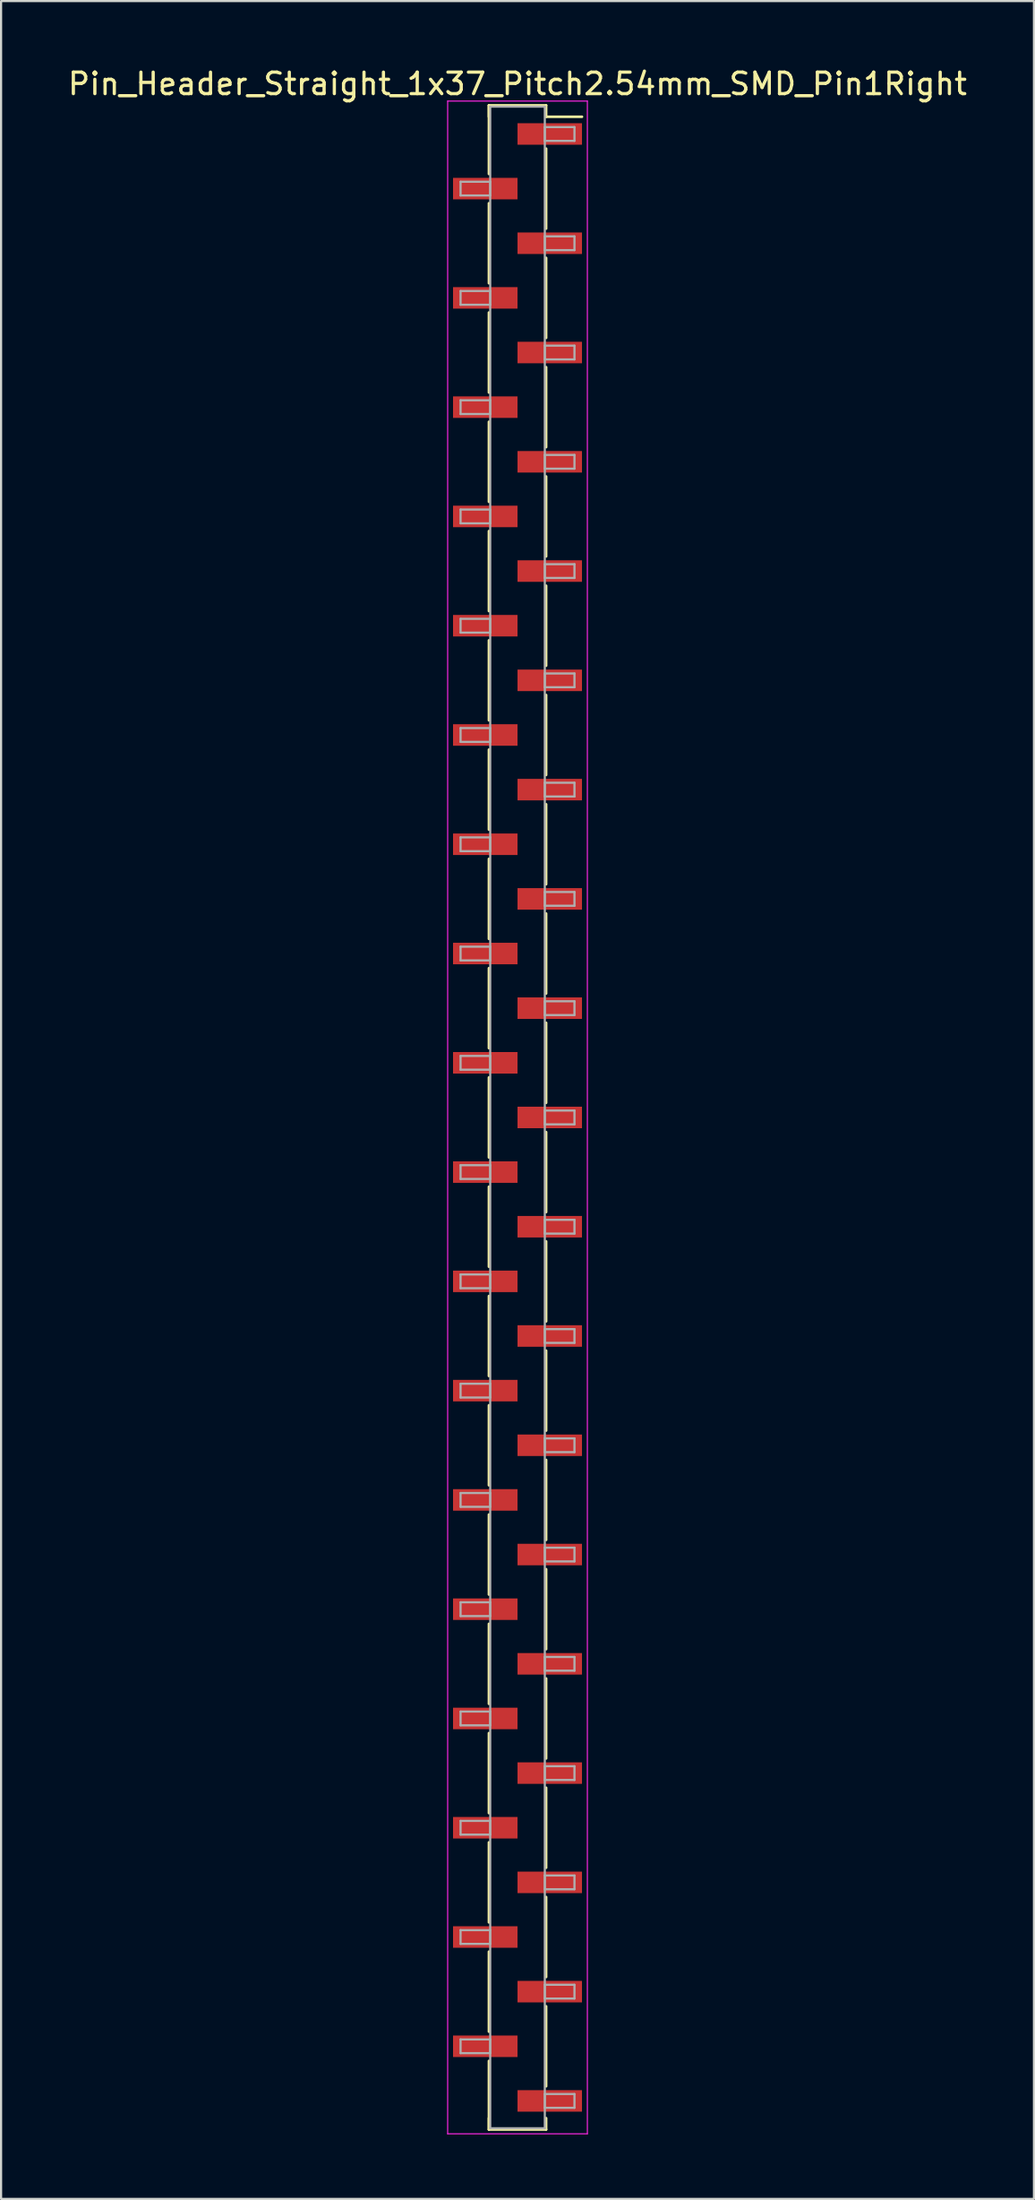
<source format=kicad_pcb>
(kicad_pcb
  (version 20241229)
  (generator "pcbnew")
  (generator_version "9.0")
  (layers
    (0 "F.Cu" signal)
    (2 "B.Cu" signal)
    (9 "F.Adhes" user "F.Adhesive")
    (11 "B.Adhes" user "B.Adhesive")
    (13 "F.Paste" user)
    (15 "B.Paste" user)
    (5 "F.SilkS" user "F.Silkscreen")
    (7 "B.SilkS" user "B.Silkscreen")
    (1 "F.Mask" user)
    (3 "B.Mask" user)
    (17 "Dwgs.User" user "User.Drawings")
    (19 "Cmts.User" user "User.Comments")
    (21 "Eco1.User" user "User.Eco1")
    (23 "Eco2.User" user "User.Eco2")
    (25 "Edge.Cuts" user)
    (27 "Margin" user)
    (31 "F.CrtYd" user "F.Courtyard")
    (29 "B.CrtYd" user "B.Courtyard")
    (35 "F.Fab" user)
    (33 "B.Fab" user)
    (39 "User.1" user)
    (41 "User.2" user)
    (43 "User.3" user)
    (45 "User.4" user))
  (footprint "Pin_Header_Straight_1x37_Pitch2.54mm_SMD_Pin1Right"
    (layer "F.Cu")
    (at 21.03 48.898)
    (property "Reference" "Pin_Header_Straight_1x37_Pitch2.54mm_SMD_Pin1Right" (at 0 -48.05 0) (layer "F.SilkS") (effects (font (size 1 1) (thickness 0.15))))
    (attr smd)
    (fp_line (start -1.33 -47.05) (end -1.33 -43.86) (stroke (width 0.12) (type solid)) (layer "F.SilkS"))
    (fp_line (start -1.33 -47.05) (end 1.33 -47.05) (stroke (width 0.12) (type solid)) (layer "F.SilkS"))
    (fp_line (start -1.33 -46.52) (end -1.33 -47.05) (stroke (width 0.12) (type solid)) (layer "F.SilkS"))
    (fp_line (start -1.33 -42.5) (end -1.33 -38.78) (stroke (width 0.12) (type solid)) (layer "F.SilkS"))
    (fp_line (start -1.33 -37.42) (end -1.33 -33.7) (stroke (width 0.12) (type solid)) (layer "F.SilkS"))
    (fp_line (start -1.33 -32.34) (end -1.33 -28.62) (stroke (width 0.12) (type solid)) (layer "F.SilkS"))
    (fp_line (start -1.33 -27.26) (end -1.33 -23.54) (stroke (width 0.12) (type solid)) (layer "F.SilkS"))
    (fp_line (start -1.33 -22.18) (end -1.33 -18.46) (stroke (width 0.12) (type solid)) (layer "F.SilkS"))
    (fp_line (start -1.33 -17.1) (end -1.33 -13.38) (stroke (width 0.12) (type solid)) (layer "F.SilkS"))
    (fp_line (start -1.33 -12.02) (end -1.33 -8.3) (stroke (width 0.12) (type solid)) (layer "F.SilkS"))
    (fp_line (start -1.33 -6.94) (end -1.33 -3.22) (stroke (width 0.12) (type solid)) (layer "F.SilkS"))
    (fp_line (start -1.33 -1.86) (end -1.33 1.86) (stroke (width 0.12) (type solid)) (layer "F.SilkS"))
    (fp_line (start -1.33 3.22) (end -1.33 6.94) (stroke (width 0.12) (type solid)) (layer "F.SilkS"))
    (fp_line (start -1.33 8.3) (end -1.33 12.02) (stroke (width 0.12) (type solid)) (layer "F.SilkS"))
    (fp_line (start -1.33 13.38) (end -1.33 17.1) (stroke (width 0.12) (type solid)) (layer "F.SilkS"))
    (fp_line (start -1.33 18.46) (end -1.33 22.18) (stroke (width 0.12) (type solid)) (layer "F.SilkS"))
    (fp_line (start -1.33 23.54) (end -1.33 27.26) (stroke (width 0.12) (type solid)) (layer "F.SilkS"))
    (fp_line (start -1.33 28.62) (end -1.33 32.34) (stroke (width 0.12) (type solid)) (layer "F.SilkS"))
    (fp_line (start -1.33 33.7) (end -1.33 37.42) (stroke (width 0.12) (type solid)) (layer "F.SilkS"))
    (fp_line (start -1.33 38.78) (end -1.33 42.5) (stroke (width 0.12) (type solid)) (layer "F.SilkS"))
    (fp_line (start -1.33 43.86) (end -1.33 47.05) (stroke (width 0.12) (type solid)) (layer "F.SilkS"))
    (fp_line (start -1.33 46.52) (end -1.33 47.05) (stroke (width 0.12) (type solid)) (layer "F.SilkS"))
    (fp_line (start -1.33 47.05) (end 1.33 47.05) (stroke (width 0.12) (type solid)) (layer "F.SilkS"))
    (fp_line (start 1.33 -47.05) (end 1.33 -46.52) (stroke (width 0.12) (type solid)) (layer "F.SilkS"))
    (fp_line (start 1.33 -46.52) (end 3 -46.52) (stroke (width 0.12) (type solid)) (layer "F.SilkS"))
    (fp_line (start 1.33 -45.04) (end 1.33 -41.32) (stroke (width 0.12) (type solid)) (layer "F.SilkS"))
    (fp_line (start 1.33 -39.96) (end 1.33 -36.24) (stroke (width 0.12) (type solid)) (layer "F.SilkS"))
    (fp_line (start 1.33 -34.88) (end 1.33 -31.16) (stroke (width 0.12) (type solid)) (layer "F.SilkS"))
    (fp_line (start 1.33 -29.8) (end 1.33 -26.08) (stroke (width 0.12) (type solid)) (layer "F.SilkS"))
    (fp_line (start 1.33 -24.72) (end 1.33 -21) (stroke (width 0.12) (type solid)) (layer "F.SilkS"))
    (fp_line (start 1.33 -19.64) (end 1.33 -15.92) (stroke (width 0.12) (type solid)) (layer "F.SilkS"))
    (fp_line (start 1.33 -14.56) (end 1.33 -10.84) (stroke (width 0.12) (type solid)) (layer "F.SilkS"))
    (fp_line (start 1.33 -9.48) (end 1.33 -5.76) (stroke (width 0.12) (type solid)) (layer "F.SilkS"))
    (fp_line (start 1.33 -4.4) (end 1.33 -0.68) (stroke (width 0.12) (type solid)) (layer "F.SilkS"))
    (fp_line (start 1.33 0.68) (end 1.33 4.4) (stroke (width 0.12) (type solid)) (layer "F.SilkS"))
    (fp_line (start 1.33 5.76) (end 1.33 9.48) (stroke (width 0.12) (type solid)) (layer "F.SilkS"))
    (fp_line (start 1.33 10.84) (end 1.33 14.56) (stroke (width 0.12) (type solid)) (layer "F.SilkS"))
    (fp_line (start 1.33 15.92) (end 1.33 19.64) (stroke (width 0.12) (type solid)) (layer "F.SilkS"))
    (fp_line (start 1.33 21) (end 1.33 24.72) (stroke (width 0.12) (type solid)) (layer "F.SilkS"))
    (fp_line (start 1.33 26.08) (end 1.33 29.8) (stroke (width 0.12) (type solid)) (layer "F.SilkS"))
    (fp_line (start 1.33 31.16) (end 1.33 34.88) (stroke (width 0.12) (type solid)) (layer "F.SilkS"))
    (fp_line (start 1.33 36.24) (end 1.33 39.96) (stroke (width 0.12) (type solid)) (layer "F.SilkS"))
    (fp_line (start 1.33 41.32) (end 1.33 45.04) (stroke (width 0.12) (type solid)) (layer "F.SilkS"))
    (fp_line (start 1.33 47.05) (end 1.33 46.52) (stroke (width 0.12) (type solid)) (layer "F.SilkS"))
    (fp_line (start -3.25 -47.25) (end -3.25 47.25) (stroke (width 0.05) (type solid)) (layer "F.CrtYd"))
    (fp_line (start -3.25 47.25) (end 3.25 47.25) (stroke (width 0.05) (type solid)) (layer "F.CrtYd"))
    (fp_line (start 3.25 -47.25) (end -3.25 -47.25) (stroke (width 0.05) (type solid)) (layer "F.CrtYd"))
    (fp_line (start 3.25 47.25) (end 3.25 -47.25) (stroke (width 0.05) (type solid)) (layer "F.CrtYd"))
    (fp_line (start -2.65 -43.5) (end -1.27 -43.5) (stroke (width 0.1) (type solid)) (layer "F.Fab"))
    (fp_line (start -2.65 -42.86) (end -2.65 -43.5) (stroke (width 0.1) (type solid)) (layer "F.Fab"))
    (fp_line (start -2.65 -38.42) (end -1.27 -38.42) (stroke (width 0.1) (type solid)) (layer "F.Fab"))
    (fp_line (start -2.65 -37.78) (end -2.65 -38.42) (stroke (width 0.1) (type solid)) (layer "F.Fab"))
    (fp_line (start -2.65 -33.34) (end -1.27 -33.34) (stroke (width 0.1) (type solid)) (layer "F.Fab"))
    (fp_line (start -2.65 -32.7) (end -2.65 -33.34) (stroke (width 0.1) (type solid)) (layer "F.Fab"))
    (fp_line (start -2.65 -28.26) (end -1.27 -28.26) (stroke (width 0.1) (type solid)) (layer "F.Fab"))
    (fp_line (start -2.65 -27.62) (end -2.65 -28.26) (stroke (width 0.1) (type solid)) (layer "F.Fab"))
    (fp_line (start -2.65 -23.18) (end -1.27 -23.18) (stroke (width 0.1) (type solid)) (layer "F.Fab"))
    (fp_line (start -2.65 -22.54) (end -2.65 -23.18) (stroke (width 0.1) (type solid)) (layer "F.Fab"))
    (fp_line (start -2.65 -18.1) (end -1.27 -18.1) (stroke (width 0.1) (type solid)) (layer "F.Fab"))
    (fp_line (start -2.65 -17.46) (end -2.65 -18.1) (stroke (width 0.1) (type solid)) (layer "F.Fab"))
    (fp_line (start -2.65 -13.02) (end -1.27 -13.02) (stroke (width 0.1) (type solid)) (layer "F.Fab"))
    (fp_line (start -2.65 -12.38) (end -2.65 -13.02) (stroke (width 0.1) (type solid)) (layer "F.Fab"))
    (fp_line (start -2.65 -7.94) (end -1.27 -7.94) (stroke (width 0.1) (type solid)) (layer "F.Fab"))
    (fp_line (start -2.65 -7.3) (end -2.65 -7.94) (stroke (width 0.1) (type solid)) (layer "F.Fab"))
    (fp_line (start -2.65 -2.86) (end -1.27 -2.86) (stroke (width 0.1) (type solid)) (layer "F.Fab"))
    (fp_line (start -2.65 -2.22) (end -2.65 -2.86) (stroke (width 0.1) (type solid)) (layer "F.Fab"))
    (fp_line (start -2.65 2.22) (end -1.27 2.22) (stroke (width 0.1) (type solid)) (layer "F.Fab"))
    (fp_line (start -2.65 2.86) (end -2.65 2.22) (stroke (width 0.1) (type solid)) (layer "F.Fab"))
    (fp_line (start -2.65 7.3) (end -1.27 7.3) (stroke (width 0.1) (type solid)) (layer "F.Fab"))
    (fp_line (start -2.65 7.94) (end -2.65 7.3) (stroke (width 0.1) (type solid)) (layer "F.Fab"))
    (fp_line (start -2.65 12.38) (end -1.27 12.38) (stroke (width 0.1) (type solid)) (layer "F.Fab"))
    (fp_line (start -2.65 13.02) (end -2.65 12.38) (stroke (width 0.1) (type solid)) (layer "F.Fab"))
    (fp_line (start -2.65 17.46) (end -1.27 17.46) (stroke (width 0.1) (type solid)) (layer "F.Fab"))
    (fp_line (start -2.65 18.1) (end -2.65 17.46) (stroke (width 0.1) (type solid)) (layer "F.Fab"))
    (fp_line (start -2.65 22.54) (end -1.27 22.54) (stroke (width 0.1) (type solid)) (layer "F.Fab"))
    (fp_line (start -2.65 23.18) (end -2.65 22.54) (stroke (width 0.1) (type solid)) (layer "F.Fab"))
    (fp_line (start -2.65 27.62) (end -1.27 27.62) (stroke (width 0.1) (type solid)) (layer "F.Fab"))
    (fp_line (start -2.65 28.26) (end -2.65 27.62) (stroke (width 0.1) (type solid)) (layer "F.Fab"))
    (fp_line (start -2.65 32.7) (end -1.27 32.7) (stroke (width 0.1) (type solid)) (layer "F.Fab"))
    (fp_line (start -2.65 33.34) (end -2.65 32.7) (stroke (width 0.1) (type solid)) (layer "F.Fab"))
    (fp_line (start -2.65 37.78) (end -1.27 37.78) (stroke (width 0.1) (type solid)) (layer "F.Fab"))
    (fp_line (start -2.65 38.42) (end -2.65 37.78) (stroke (width 0.1) (type solid)) (layer "F.Fab"))
    (fp_line (start -2.65 42.86) (end -1.27 42.86) (stroke (width 0.1) (type solid)) (layer "F.Fab"))
    (fp_line (start -2.65 43.5) (end -2.65 42.86) (stroke (width 0.1) (type solid)) (layer "F.Fab"))
    (fp_line (start -1.27 -46.99) (end -1.27 46.99) (stroke (width 0.1) (type solid)) (layer "F.Fab"))
    (fp_line (start -1.27 -43.5) (end -1.27 -42.86) (stroke (width 0.1) (type solid)) (layer "F.Fab"))
    (fp_line (start -1.27 -42.86) (end -2.65 -42.86) (stroke (width 0.1) (type solid)) (layer "F.Fab"))
    (fp_line (start -1.27 -38.42) (end -1.27 -37.78) (stroke (width 0.1) (type solid)) (layer "F.Fab"))
    (fp_line (start -1.27 -37.78) (end -2.65 -37.78) (stroke (width 0.1) (type solid)) (layer "F.Fab"))
    (fp_line (start -1.27 -33.34) (end -1.27 -32.7) (stroke (width 0.1) (type solid)) (layer "F.Fab"))
    (fp_line (start -1.27 -32.7) (end -2.65 -32.7) (stroke (width 0.1) (type solid)) (layer "F.Fab"))
    (fp_line (start -1.27 -28.26) (end -1.27 -27.62) (stroke (width 0.1) (type solid)) (layer "F.Fab"))
    (fp_line (start -1.27 -27.62) (end -2.65 -27.62) (stroke (width 0.1) (type solid)) (layer "F.Fab"))
    (fp_line (start -1.27 -23.18) (end -1.27 -22.54) (stroke (width 0.1) (type solid)) (layer "F.Fab"))
    (fp_line (start -1.27 -22.54) (end -2.65 -22.54) (stroke (width 0.1) (type solid)) (layer "F.Fab"))
    (fp_line (start -1.27 -18.1) (end -1.27 -17.46) (stroke (width 0.1) (type solid)) (layer "F.Fab"))
    (fp_line (start -1.27 -17.46) (end -2.65 -17.46) (stroke (width 0.1) (type solid)) (layer "F.Fab"))
    (fp_line (start -1.27 -13.02) (end -1.27 -12.38) (stroke (width 0.1) (type solid)) (layer "F.Fab"))
    (fp_line (start -1.27 -12.38) (end -2.65 -12.38) (stroke (width 0.1) (type solid)) (layer "F.Fab"))
    (fp_line (start -1.27 -7.94) (end -1.27 -7.3) (stroke (width 0.1) (type solid)) (layer "F.Fab"))
    (fp_line (start -1.27 -7.3) (end -2.65 -7.3) (stroke (width 0.1) (type solid)) (layer "F.Fab"))
    (fp_line (start -1.27 -2.86) (end -1.27 -2.22) (stroke (width 0.1) (type solid)) (layer "F.Fab"))
    (fp_line (start -1.27 -2.22) (end -2.65 -2.22) (stroke (width 0.1) (type solid)) (layer "F.Fab"))
    (fp_line (start -1.27 2.22) (end -1.27 2.86) (stroke (width 0.1) (type solid)) (layer "F.Fab"))
    (fp_line (start -1.27 2.86) (end -2.65 2.86) (stroke (width 0.1) (type solid)) (layer "F.Fab"))
    (fp_line (start -1.27 7.3) (end -1.27 7.94) (stroke (width 0.1) (type solid)) (layer "F.Fab"))
    (fp_line (start -1.27 7.94) (end -2.65 7.94) (stroke (width 0.1) (type solid)) (layer "F.Fab"))
    (fp_line (start -1.27 12.38) (end -1.27 13.02) (stroke (width 0.1) (type solid)) (layer "F.Fab"))
    (fp_line (start -1.27 13.02) (end -2.65 13.02) (stroke (width 0.1) (type solid)) (layer "F.Fab"))
    (fp_line (start -1.27 17.46) (end -1.27 18.1) (stroke (width 0.1) (type solid)) (layer "F.Fab"))
    (fp_line (start -1.27 18.1) (end -2.65 18.1) (stroke (width 0.1) (type solid)) (layer "F.Fab"))
    (fp_line (start -1.27 22.54) (end -1.27 23.18) (stroke (width 0.1) (type solid)) (layer "F.Fab"))
    (fp_line (start -1.27 23.18) (end -2.65 23.18) (stroke (width 0.1) (type solid)) (layer "F.Fab"))
    (fp_line (start -1.27 27.62) (end -1.27 28.26) (stroke (width 0.1) (type solid)) (layer "F.Fab"))
    (fp_line (start -1.27 28.26) (end -2.65 28.26) (stroke (width 0.1) (type solid)) (layer "F.Fab"))
    (fp_line (start -1.27 32.7) (end -1.27 33.34) (stroke (width 0.1) (type solid)) (layer "F.Fab"))
    (fp_line (start -1.27 33.34) (end -2.65 33.34) (stroke (width 0.1) (type solid)) (layer "F.Fab"))
    (fp_line (start -1.27 37.78) (end -1.27 38.42) (stroke (width 0.1) (type solid)) (layer "F.Fab"))
    (fp_line (start -1.27 38.42) (end -2.65 38.42) (stroke (width 0.1) (type solid)) (layer "F.Fab"))
    (fp_line (start -1.27 42.86) (end -1.27 43.5) (stroke (width 0.1) (type solid)) (layer "F.Fab"))
    (fp_line (start -1.27 43.5) (end -2.65 43.5) (stroke (width 0.1) (type solid)) (layer "F.Fab"))
    (fp_line (start -1.27 46.99) (end 1.27 46.99) (stroke (width 0.1) (type solid)) (layer "F.Fab"))
    (fp_line (start 1.27 -46.99) (end -1.27 -46.99) (stroke (width 0.1) (type solid)) (layer "F.Fab"))
    (fp_line (start 1.27 -46.04) (end 1.27 -45.4) (stroke (width 0.1) (type solid)) (layer "F.Fab"))
    (fp_line (start 1.27 -45.4) (end 2.65 -45.4) (stroke (width 0.1) (type solid)) (layer "F.Fab"))
    (fp_line (start 1.27 -40.96) (end 1.27 -40.32) (stroke (width 0.1) (type solid)) (layer "F.Fab"))
    (fp_line (start 1.27 -40.32) (end 2.65 -40.32) (stroke (width 0.1) (type solid)) (layer "F.Fab"))
    (fp_line (start 1.27 -35.88) (end 1.27 -35.24) (stroke (width 0.1) (type solid)) (layer "F.Fab"))
    (fp_line (start 1.27 -35.24) (end 2.65 -35.24) (stroke (width 0.1) (type solid)) (layer "F.Fab"))
    (fp_line (start 1.27 -30.8) (end 1.27 -30.16) (stroke (width 0.1) (type solid)) (layer "F.Fab"))
    (fp_line (start 1.27 -30.16) (end 2.65 -30.16) (stroke (width 0.1) (type solid)) (layer "F.Fab"))
    (fp_line (start 1.27 -25.72) (end 1.27 -25.08) (stroke (width 0.1) (type solid)) (layer "F.Fab"))
    (fp_line (start 1.27 -25.08) (end 2.65 -25.08) (stroke (width 0.1) (type solid)) (layer "F.Fab"))
    (fp_line (start 1.27 -20.64) (end 1.27 -20) (stroke (width 0.1) (type solid)) (layer "F.Fab"))
    (fp_line (start 1.27 -20) (end 2.65 -20) (stroke (width 0.1) (type solid)) (layer "F.Fab"))
    (fp_line (start 1.27 -15.56) (end 1.27 -14.92) (stroke (width 0.1) (type solid)) (layer "F.Fab"))
    (fp_line (start 1.27 -14.92) (end 2.65 -14.92) (stroke (width 0.1) (type solid)) (layer "F.Fab"))
    (fp_line (start 1.27 -10.48) (end 1.27 -9.84) (stroke (width 0.1) (type solid)) (layer "F.Fab"))
    (fp_line (start 1.27 -9.84) (end 2.65 -9.84) (stroke (width 0.1) (type solid)) (layer "F.Fab"))
    (fp_line (start 1.27 -5.4) (end 1.27 -4.76) (stroke (width 0.1) (type solid)) (layer "F.Fab"))
    (fp_line (start 1.27 -4.76) (end 2.65 -4.76) (stroke (width 0.1) (type solid)) (layer "F.Fab"))
    (fp_line (start 1.27 -0.32) (end 1.27 0.32) (stroke (width 0.1) (type solid)) (layer "F.Fab"))
    (fp_line (start 1.27 0.32) (end 2.65 0.32) (stroke (width 0.1) (type solid)) (layer "F.Fab"))
    (fp_line (start 1.27 4.76) (end 1.27 5.4) (stroke (width 0.1) (type solid)) (layer "F.Fab"))
    (fp_line (start 1.27 5.4) (end 2.65 5.4) (stroke (width 0.1) (type solid)) (layer "F.Fab"))
    (fp_line (start 1.27 9.84) (end 1.27 10.48) (stroke (width 0.1) (type solid)) (layer "F.Fab"))
    (fp_line (start 1.27 10.48) (end 2.65 10.48) (stroke (width 0.1) (type solid)) (layer "F.Fab"))
    (fp_line (start 1.27 14.92) (end 1.27 15.56) (stroke (width 0.1) (type solid)) (layer "F.Fab"))
    (fp_line (start 1.27 15.56) (end 2.65 15.56) (stroke (width 0.1) (type solid)) (layer "F.Fab"))
    (fp_line (start 1.27 20) (end 1.27 20.64) (stroke (width 0.1) (type solid)) (layer "F.Fab"))
    (fp_line (start 1.27 20.64) (end 2.65 20.64) (stroke (width 0.1) (type solid)) (layer "F.Fab"))
    (fp_line (start 1.27 25.08) (end 1.27 25.72) (stroke (width 0.1) (type solid)) (layer "F.Fab"))
    (fp_line (start 1.27 25.72) (end 2.65 25.72) (stroke (width 0.1) (type solid)) (layer "F.Fab"))
    (fp_line (start 1.27 30.16) (end 1.27 30.8) (stroke (width 0.1) (type solid)) (layer "F.Fab"))
    (fp_line (start 1.27 30.8) (end 2.65 30.8) (stroke (width 0.1) (type solid)) (layer "F.Fab"))
    (fp_line (start 1.27 35.24) (end 1.27 35.88) (stroke (width 0.1) (type solid)) (layer "F.Fab"))
    (fp_line (start 1.27 35.88) (end 2.65 35.88) (stroke (width 0.1) (type solid)) (layer "F.Fab"))
    (fp_line (start 1.27 40.32) (end 1.27 40.96) (stroke (width 0.1) (type solid)) (layer "F.Fab"))
    (fp_line (start 1.27 40.96) (end 2.65 40.96) (stroke (width 0.1) (type solid)) (layer "F.Fab"))
    (fp_line (start 1.27 45.4) (end 1.27 46.04) (stroke (width 0.1) (type solid)) (layer "F.Fab"))
    (fp_line (start 1.27 46.04) (end 2.65 46.04) (stroke (width 0.1) (type solid)) (layer "F.Fab"))
    (fp_line (start 1.27 46.99) (end 1.27 -46.99) (stroke (width 0.1) (type solid)) (layer "F.Fab"))
    (fp_line (start 2.65 -46.04) (end 1.27 -46.04) (stroke (width 0.1) (type solid)) (layer "F.Fab"))
    (fp_line (start 2.65 -45.4) (end 2.65 -46.04) (stroke (width 0.1) (type solid)) (layer "F.Fab"))
    (fp_line (start 2.65 -40.96) (end 1.27 -40.96) (stroke (width 0.1) (type solid)) (layer "F.Fab"))
    (fp_line (start 2.65 -40.32) (end 2.65 -40.96) (stroke (width 0.1) (type solid)) (layer "F.Fab"))
    (fp_line (start 2.65 -35.88) (end 1.27 -35.88) (stroke (width 0.1) (type solid)) (layer "F.Fab"))
    (fp_line (start 2.65 -35.24) (end 2.65 -35.88) (stroke (width 0.1) (type solid)) (layer "F.Fab"))
    (fp_line (start 2.65 -30.8) (end 1.27 -30.8) (stroke (width 0.1) (type solid)) (layer "F.Fab"))
    (fp_line (start 2.65 -30.16) (end 2.65 -30.8) (stroke (width 0.1) (type solid)) (layer "F.Fab"))
    (fp_line (start 2.65 -25.72) (end 1.27 -25.72) (stroke (width 0.1) (type solid)) (layer "F.Fab"))
    (fp_line (start 2.65 -25.08) (end 2.65 -25.72) (stroke (width 0.1) (type solid)) (layer "F.Fab"))
    (fp_line (start 2.65 -20.64) (end 1.27 -20.64) (stroke (width 0.1) (type solid)) (layer "F.Fab"))
    (fp_line (start 2.65 -20) (end 2.65 -20.64) (stroke (width 0.1) (type solid)) (layer "F.Fab"))
    (fp_line (start 2.65 -15.56) (end 1.27 -15.56) (stroke (width 0.1) (type solid)) (layer "F.Fab"))
    (fp_line (start 2.65 -14.92) (end 2.65 -15.56) (stroke (width 0.1) (type solid)) (layer "F.Fab"))
    (fp_line (start 2.65 -10.48) (end 1.27 -10.48) (stroke (width 0.1) (type solid)) (layer "F.Fab"))
    (fp_line (start 2.65 -9.84) (end 2.65 -10.48) (stroke (width 0.1) (type solid)) (layer "F.Fab"))
    (fp_line (start 2.65 -5.4) (end 1.27 -5.4) (stroke (width 0.1) (type solid)) (layer "F.Fab"))
    (fp_line (start 2.65 -4.76) (end 2.65 -5.4) (stroke (width 0.1) (type solid)) (layer "F.Fab"))
    (fp_line (start 2.65 -0.32) (end 1.27 -0.32) (stroke (width 0.1) (type solid)) (layer "F.Fab"))
    (fp_line (start 2.65 0.32) (end 2.65 -0.32) (stroke (width 0.1) (type solid)) (layer "F.Fab"))
    (fp_line (start 2.65 4.76) (end 1.27 4.76) (stroke (width 0.1) (type solid)) (layer "F.Fab"))
    (fp_line (start 2.65 5.4) (end 2.65 4.76) (stroke (width 0.1) (type solid)) (layer "F.Fab"))
    (fp_line (start 2.65 9.84) (end 1.27 9.84) (stroke (width 0.1) (type solid)) (layer "F.Fab"))
    (fp_line (start 2.65 10.48) (end 2.65 9.84) (stroke (width 0.1) (type solid)) (layer "F.Fab"))
    (fp_line (start 2.65 14.92) (end 1.27 14.92) (stroke (width 0.1) (type solid)) (layer "F.Fab"))
    (fp_line (start 2.65 15.56) (end 2.65 14.92) (stroke (width 0.1) (type solid)) (layer "F.Fab"))
    (fp_line (start 2.65 20) (end 1.27 20) (stroke (width 0.1) (type solid)) (layer "F.Fab"))
    (fp_line (start 2.65 20.64) (end 2.65 20) (stroke (width 0.1) (type solid)) (layer "F.Fab"))
    (fp_line (start 2.65 25.08) (end 1.27 25.08) (stroke (width 0.1) (type solid)) (layer "F.Fab"))
    (fp_line (start 2.65 25.72) (end 2.65 25.08) (stroke (width 0.1) (type solid)) (layer "F.Fab"))
    (fp_line (start 2.65 30.16) (end 1.27 30.16) (stroke (width 0.1) (type solid)) (layer "F.Fab"))
    (fp_line (start 2.65 30.8) (end 2.65 30.16) (stroke (width 0.1) (type solid)) (layer "F.Fab"))
    (fp_line (start 2.65 35.24) (end 1.27 35.24) (stroke (width 0.1) (type solid)) (layer "F.Fab"))
    (fp_line (start 2.65 35.88) (end 2.65 35.24) (stroke (width 0.1) (type solid)) (layer "F.Fab"))
    (fp_line (start 2.65 40.32) (end 1.27 40.32) (stroke (width 0.1) (type solid)) (layer "F.Fab"))
    (fp_line (start 2.65 40.96) (end 2.65 40.32) (stroke (width 0.1) (type solid)) (layer "F.Fab"))
    (fp_line (start 2.65 45.4) (end 1.27 45.4) (stroke (width 0.1) (type solid)) (layer "F.Fab"))
    (fp_line (start 2.65 46.04) (end 2.65 45.4) (stroke (width 0.1) (type solid)) (layer "F.Fab"))
    (pad "1" smd rect (at 1.5 -45.72) (size 3 1) (layers "F.Cu" "F.Mask"))
    (pad "2" smd rect (at -1.5 -43.18) (size 3 1) (layers "F.Cu" "F.Mask"))
    (pad "3" smd rect (at 1.5 -40.64) (size 3 1) (layers "F.Cu" "F.Mask"))
    (pad "4" smd rect (at -1.5 -38.1) (size 3 1) (layers "F.Cu" "F.Mask"))
    (pad "5" smd rect (at 1.5 -35.56) (size 3 1) (layers "F.Cu" "F.Mask"))
    (pad "6" smd rect (at -1.5 -33.02) (size 3 1) (layers "F.Cu" "F.Mask"))
    (pad "7" smd rect (at 1.5 -30.48) (size 3 1) (layers "F.Cu" "F.Mask"))
    (pad "8" smd rect (at -1.5 -27.94) (size 3 1) (layers "F.Cu" "F.Mask"))
    (pad "9" smd rect (at 1.5 -25.4) (size 3 1) (layers "F.Cu" "F.Mask"))
    (pad "10" smd rect (at -1.5 -22.86) (size 3 1) (layers "F.Cu" "F.Mask"))
    (pad "11" smd rect (at 1.5 -20.32) (size 3 1) (layers "F.Cu" "F.Mask"))
    (pad "12" smd rect (at -1.5 -17.78) (size 3 1) (layers "F.Cu" "F.Mask"))
    (pad "13" smd rect (at 1.5 -15.24) (size 3 1) (layers "F.Cu" "F.Mask"))
    (pad "14" smd rect (at -1.5 -12.7) (size 3 1) (layers "F.Cu" "F.Mask"))
    (pad "15" smd rect (at 1.5 -10.16) (size 3 1) (layers "F.Cu" "F.Mask"))
    (pad "16" smd rect (at -1.5 -7.62) (size 3 1) (layers "F.Cu" "F.Mask"))
    (pad "17" smd rect (at 1.5 -5.08) (size 3 1) (layers "F.Cu" "F.Mask"))
    (pad "18" smd rect (at -1.5 -2.54) (size 3 1) (layers "F.Cu" "F.Mask"))
    (pad "19" smd rect (at 1.5 0) (size 3 1) (layers "F.Cu" "F.Mask"))
    (pad "20" smd rect (at -1.5 2.54) (size 3 1) (layers "F.Cu" "F.Mask"))
    (pad "21" smd rect (at 1.5 5.08) (size 3 1) (layers "F.Cu" "F.Mask"))
    (pad "22" smd rect (at -1.5 7.62) (size 3 1) (layers "F.Cu" "F.Mask"))
    (pad "23" smd rect (at 1.5 10.16) (size 3 1) (layers "F.Cu" "F.Mask"))
    (pad "24" smd rect (at -1.5 12.7) (size 3 1) (layers "F.Cu" "F.Mask"))
    (pad "25" smd rect (at 1.5 15.24) (size 3 1) (layers "F.Cu" "F.Mask"))
    (pad "26" smd rect (at -1.5 17.78) (size 3 1) (layers "F.Cu" "F.Mask"))
    (pad "27" smd rect (at 1.5 20.32) (size 3 1) (layers "F.Cu" "F.Mask"))
    (pad "28" smd rect (at -1.5 22.86) (size 3 1) (layers "F.Cu" "F.Mask"))
    (pad "29" smd rect (at 1.5 25.4) (size 3 1) (layers "F.Cu" "F.Mask"))
    (pad "30" smd rect (at -1.5 27.94) (size 3 1) (layers "F.Cu" "F.Mask"))
    (pad "31" smd rect (at 1.5 30.48) (size 3 1) (layers "F.Cu" "F.Mask"))
    (pad "32" smd rect (at -1.5 33.02) (size 3 1) (layers "F.Cu" "F.Mask"))
    (pad "33" smd rect (at 1.5 35.56) (size 3 1) (layers "F.Cu" "F.Mask"))
    (pad "34" smd rect (at -1.5 38.1) (size 3 1) (layers "F.Cu" "F.Mask"))
    (pad "35" smd rect (at 1.5 40.64) (size 3 1) (layers "F.Cu" "F.Mask"))
    (pad "36" smd rect (at -1.5 43.18) (size 3 1) (layers "F.Cu" "F.Mask"))
    (pad "37" smd rect (at 1.5 45.72) (size 3 1) (layers "F.Cu" "F.Mask")))
  (gr_rect
    (start -3 -3)
    (end 45.06 99.173)
    (stroke (width 0.1) (type default))
    (fill no)
    (layer "Edge.Cuts")))
</source>
